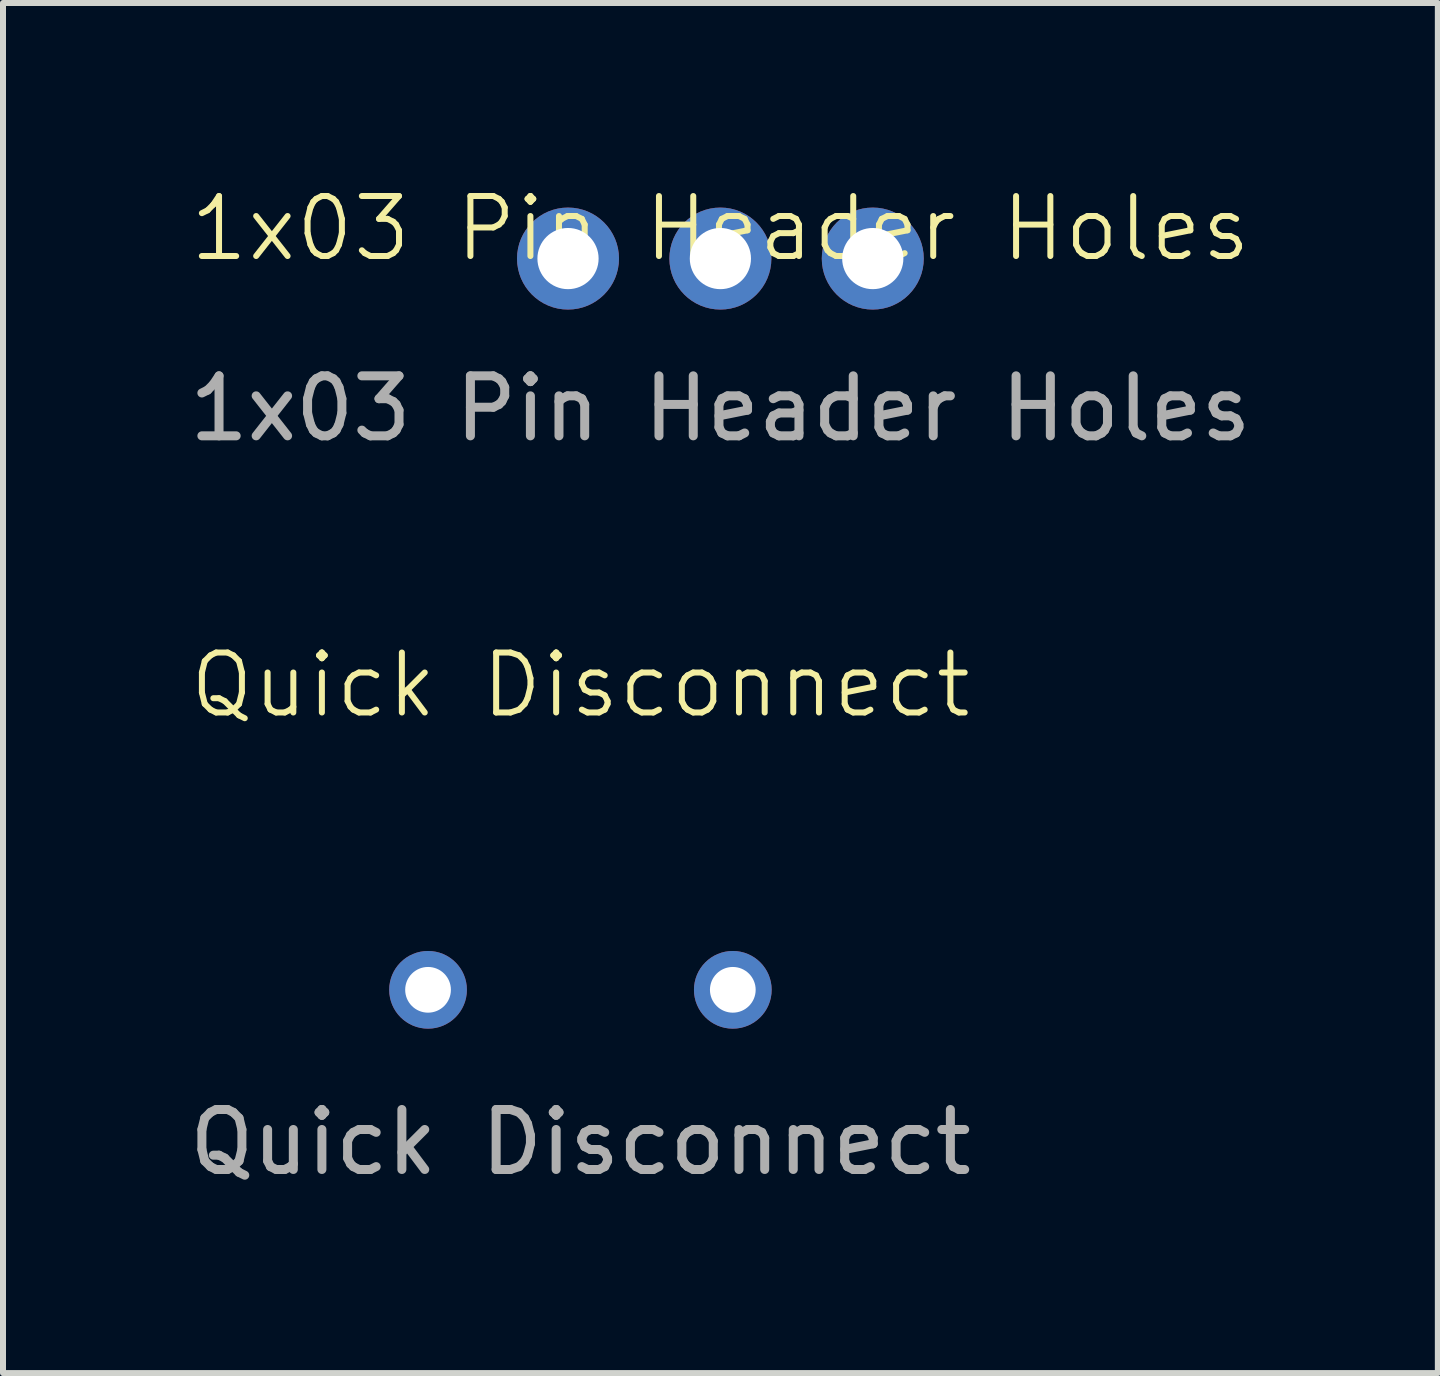
<source format=kicad_pcb>
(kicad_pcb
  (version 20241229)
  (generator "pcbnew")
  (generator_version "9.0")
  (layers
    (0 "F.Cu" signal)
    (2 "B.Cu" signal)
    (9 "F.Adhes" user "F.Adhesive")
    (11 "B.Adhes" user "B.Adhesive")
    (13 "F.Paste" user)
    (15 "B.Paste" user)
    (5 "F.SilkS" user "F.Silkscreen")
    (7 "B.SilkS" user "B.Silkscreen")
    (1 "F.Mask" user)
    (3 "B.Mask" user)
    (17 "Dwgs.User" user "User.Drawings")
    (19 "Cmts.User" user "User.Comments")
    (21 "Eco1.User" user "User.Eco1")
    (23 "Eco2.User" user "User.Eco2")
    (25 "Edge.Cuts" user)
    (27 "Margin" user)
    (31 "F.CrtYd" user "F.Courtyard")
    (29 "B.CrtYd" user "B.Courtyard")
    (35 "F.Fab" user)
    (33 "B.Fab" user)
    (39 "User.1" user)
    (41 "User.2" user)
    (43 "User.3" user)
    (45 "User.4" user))
  (footprint "1x03 Pin Header Holes"
    (layer "F.Cu")
    (at 8.958 1.26)
    (property "Reference" "1x03 Pin Header Holes" (at 0 -0.5 0) (unlocked yes) (layer "F.SilkS") (effects (font (size 1 1) (thickness 0.1))))
    (attr through_hole)
    (fp_text user "${REFERENCE}" (at 0 2.5 0) (unlocked yes) (layer "F.Fab") (effects (font (size 1 1) (thickness 0.15))))
    (pad "1" thru_hole oval (at -2.54 0 90) (size 1.7 1.7) (drill 1.02) (layers "*.Cu" "*.Mask"))
    (pad "2" thru_hole oval (at 0 0 90) (size 1.7 1.7) (drill 1.02) (layers "*.Cu" "*.Mask"))
    (pad "3" thru_hole oval (at 2.54 0 90) (size 1.7 1.7) (drill 1.02) (layers "*.Cu" "*.Mask")))
  (footprint "Quick Disconnect"
    (layer "F.Cu")
    (at 6.625 13.449)
    (property "Reference" "Quick Disconnect" (at 0 -5.08 0) (unlocked yes) (layer "F.SilkS") (effects (font (size 1 1) (thickness 0.1))))
    (attr through_hole)
    (fp_text user "${REFERENCE}" (at 0 2.54 0) (unlocked yes) (layer "F.Fab") (effects (font (size 1 1) (thickness 0.15))))
    (pad "1" thru_hole circle (at -2.54 0) (size 1.295 1.295) (drill 0.762) (layers "*.Cu" "*.Mask"))
    (pad "2" thru_hole circle (at 2.54 0) (size 1.295 1.295) (drill 0.762) (layers "*.Cu" "*.Mask")))
  (gr_rect
    (start -3 -3)
    (end 20.917 19.837)
    (stroke (width 0.1) (type default))
    (fill no)
    (layer "Edge.Cuts")))
</source>
